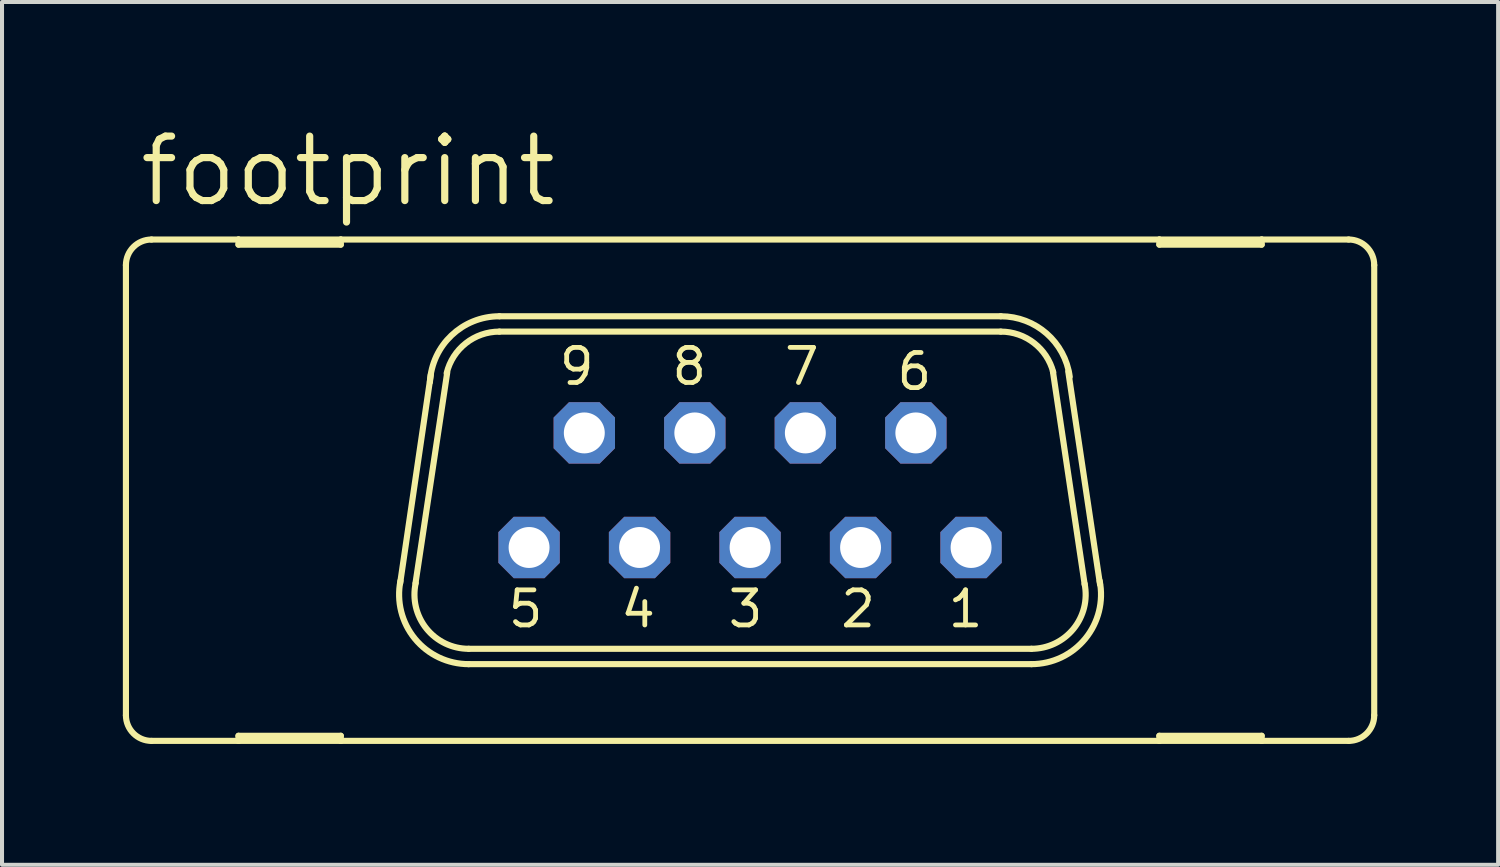
<source format=kicad_pcb>
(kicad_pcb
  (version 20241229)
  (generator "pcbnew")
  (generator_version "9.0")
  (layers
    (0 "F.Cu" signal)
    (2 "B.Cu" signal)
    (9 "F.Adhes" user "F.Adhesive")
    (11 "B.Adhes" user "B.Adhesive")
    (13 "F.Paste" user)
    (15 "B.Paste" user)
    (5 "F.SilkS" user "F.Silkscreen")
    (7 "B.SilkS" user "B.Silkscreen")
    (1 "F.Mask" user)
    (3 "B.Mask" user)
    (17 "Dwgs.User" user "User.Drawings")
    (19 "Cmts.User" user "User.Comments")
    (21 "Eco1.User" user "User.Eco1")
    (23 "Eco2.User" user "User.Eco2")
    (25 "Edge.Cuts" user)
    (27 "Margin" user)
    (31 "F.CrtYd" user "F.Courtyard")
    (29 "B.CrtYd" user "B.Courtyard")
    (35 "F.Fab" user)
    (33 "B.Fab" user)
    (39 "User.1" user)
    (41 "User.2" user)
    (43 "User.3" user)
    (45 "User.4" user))
  (footprint "footprint"
    (layer "F.Cu")
    (at 15.57 9.119)
    (property "Reference" "footprint" (at -15.24 -6.985 0) (layer "F.SilkS") (effects (font (size 1.6 1.6) (thickness 0.178)) (justify left bottom)))
    (fp_line (start -15.494 5.588) (end -15.494 -5.588) (stroke (width 0.152) (type solid)) (layer "F.SilkS"))
    (fp_line (start -14.859 6.223) (end -12.7 6.223) (stroke (width 0.152) (type solid)) (layer "F.SilkS"))
    (fp_line (start -12.7 -6.223) (end -14.859 -6.223) (stroke (width 0.152) (type solid)) (layer "F.SilkS"))
    (fp_line (start -12.7 -6.096) (end -12.7 -6.223) (stroke (width 0.152) (type solid)) (layer "F.SilkS"))
    (fp_line (start -12.7 6.096) (end -12.7 6.223) (stroke (width 0.152) (type solid)) (layer "F.SilkS"))
    (fp_line (start -12.7 6.223) (end -10.16 6.223) (stroke (width 0.152) (type solid)) (layer "F.SilkS"))
    (fp_line (start -10.16 -6.223) (end -12.7 -6.223) (stroke (width 0.152) (type solid)) (layer "F.SilkS"))
    (fp_line (start -10.16 -6.223) (end -10.16 -6.096) (stroke (width 0.152) (type solid)) (layer "F.SilkS"))
    (fp_line (start -10.16 -6.096) (end -12.7 -6.096) (stroke (width 0.152) (type solid)) (layer "F.SilkS"))
    (fp_line (start -10.16 6.096) (end -12.7 6.096) (stroke (width 0.152) (type solid)) (layer "F.SilkS"))
    (fp_line (start -10.16 6.223) (end -10.16 6.096) (stroke (width 0.152) (type solid)) (layer "F.SilkS"))
    (fp_line (start -10.16 6.223) (end 10.16 6.223) (stroke (width 0.152) (type solid)) (layer "F.SilkS"))
    (fp_line (start -8.687 2.311) (end -7.925 -2.87) (stroke (width 0.152) (type solid)) (layer "F.SilkS"))
    (fp_line (start -8.306 2.311) (end -7.518 -2.921) (stroke (width 0.152) (type solid)) (layer "F.SilkS"))
    (fp_line (start 6.223 -4.318) (end -6.223 -4.318) (stroke (width 0.152) (type solid)) (layer "F.SilkS"))
    (fp_line (start 6.223 -3.937) (end -6.223 -3.937) (stroke (width 0.152) (type solid)) (layer "F.SilkS"))
    (fp_line (start 6.985 3.937) (end -6.985 3.937) (stroke (width 0.152) (type solid)) (layer "F.SilkS"))
    (fp_line (start 6.985 4.318) (end -6.985 4.318) (stroke (width 0.152) (type solid)) (layer "F.SilkS"))
    (fp_line (start 7.518 -2.946) (end 8.306 2.337) (stroke (width 0.152) (type solid)) (layer "F.SilkS"))
    (fp_line (start 7.899 -2.946) (end 8.687 2.337) (stroke (width 0.152) (type solid)) (layer "F.SilkS"))
    (fp_line (start 10.16 -6.223) (end -10.16 -6.223) (stroke (width 0.152) (type solid)) (layer "F.SilkS"))
    (fp_line (start 10.16 -6.096) (end 10.16 -6.223) (stroke (width 0.152) (type solid)) (layer "F.SilkS"))
    (fp_line (start 10.16 6.096) (end 10.16 6.223) (stroke (width 0.152) (type solid)) (layer "F.SilkS"))
    (fp_line (start 10.16 6.223) (end 12.7 6.223) (stroke (width 0.152) (type solid)) (layer "F.SilkS"))
    (fp_line (start 12.7 -6.223) (end 10.16 -6.223) (stroke (width 0.152) (type solid)) (layer "F.SilkS"))
    (fp_line (start 12.7 -6.223) (end 12.7 -6.096) (stroke (width 0.152) (type solid)) (layer "F.SilkS"))
    (fp_line (start 12.7 -6.096) (end 10.16 -6.096) (stroke (width 0.152) (type solid)) (layer "F.SilkS"))
    (fp_line (start 12.7 6.096) (end 10.16 6.096) (stroke (width 0.152) (type solid)) (layer "F.SilkS"))
    (fp_line (start 12.7 6.223) (end 12.7 6.096) (stroke (width 0.152) (type solid)) (layer "F.SilkS"))
    (fp_line (start 12.7 6.223) (end 14.859 6.223) (stroke (width 0.152) (type solid)) (layer "F.SilkS"))
    (fp_line (start 14.859 -6.223) (end 12.7 -6.223) (stroke (width 0.152) (type solid)) (layer "F.SilkS"))
    (fp_line (start 15.494 5.588) (end 15.494 -5.588) (stroke (width 0.152) (type solid)) (layer "F.SilkS"))
    (fp_arc (start -15.494 -5.588) (mid -15.308013 -6.037013) (end -14.859 -6.223) (stroke (width 0.1524) (type solid)) (layer "F.SilkS"))
    (fp_arc (start -14.859 6.223) (mid -15.308013 6.037013) (end -15.494 5.588) (stroke (width 0.1524) (type solid)) (layer "F.SilkS"))
    (fp_arc (start -7.9473 -2.6849) (mid -7.410366 -3.844828) (end -6.223 -4.318) (stroke (width 0.1524) (type solid)) (layer "F.SilkS"))
    (fp_arc (start -7.5317 -2.905) (mid -7.056255 -3.647874) (end -6.222999 -3.936999) (stroke (width 0.1524) (type solid)) (layer "F.SilkS"))
    (fp_arc (start -6.984998 3.937) (mid -8.033555 3.435185) (end -8.3005 2.3038) (stroke (width 0.1524) (type solid)) (layer "F.SilkS"))
    (fp_arc (start -6.984998 4.318) (mid -8.320811 3.685868) (end -8.679 2.2521) (stroke (width 0.1524) (type solid)) (layer "F.SilkS"))
    (fp_arc (start 6.223 -4.318) (mid 7.360711 -3.890311) (end 7.934999 -2.819099) (stroke (width 0.1524) (type solid)) (layer "F.SilkS"))
    (fp_arc (start 6.223 -3.937) (mid 7.0465 -3.655745) (end 7.5259 -2.9295) (stroke (width 0.1524) (type solid)) (layer "F.SilkS"))
    (fp_arc (start 8.3051 2.3268) (mid 8.026082 3.444284) (end 6.985 3.937) (stroke (width 0.1524) (type solid)) (layer "F.SilkS"))
    (fp_arc (start 8.678699 2.252098) (mid 8.320717 3.68584) (end 6.985 4.318) (stroke (width 0.1524) (type solid)) (layer "F.SilkS"))
    (fp_arc (start 14.859 -6.223) (mid 15.308013 -6.037013) (end 15.494 -5.588) (stroke (width 0.1524) (type solid)) (layer "F.SilkS"))
    (fp_arc (start 15.494 5.588) (mid 15.308013 6.037013) (end 14.859 6.223) (stroke (width 0.1524) (type solid)) (layer "F.SilkS"))
    (fp_circle (center -5.486 1.422) (end -5.232 1.422) (stroke (width 0.406) (type solid)) (fill no) (layer "F.Fab"))
    (fp_circle (center -4.115 -1.422) (end -3.861 -1.422) (stroke (width 0.406) (type solid)) (fill no) (layer "F.Fab"))
    (fp_circle (center -2.743 1.422) (end -2.489 1.422) (stroke (width 0.406) (type solid)) (fill no) (layer "F.Fab"))
    (fp_circle (center -1.372 -1.422) (end -1.118 -1.422) (stroke (width 0.406) (type solid)) (fill no) (layer "F.Fab"))
    (fp_circle (center 0 1.422) (end 0.254 1.422) (stroke (width 0.406) (type solid)) (fill no) (layer "F.Fab"))
    (fp_circle (center 1.372 -1.422) (end 1.626 -1.422) (stroke (width 0.406) (type solid)) (fill no) (layer "F.Fab"))
    (fp_circle (center 2.743 1.422) (end 2.997 1.422) (stroke (width 0.406) (type solid)) (fill no) (layer "F.Fab"))
    (fp_circle (center 4.115 -1.422) (end 4.369 -1.422) (stroke (width 0.406) (type solid)) (fill no) (layer "F.Fab"))
    (fp_circle (center 5.486 1.422) (end 5.74 1.422) (stroke (width 0.406) (type solid)) (fill no) (layer "F.Fab"))
    (fp_text user "2" (at 3.175 2.438 0) (layer "F.SilkS") (effects (font (size 0.872 0.872) (thickness 0.119)) (justify right top)))
    (fp_text user "9" (at -3.81 -3.581 0) (layer "F.SilkS") (effects (font (size 0.872 0.872) (thickness 0.119)) (justify right top)))
    (fp_text user "1" (at 5.842 2.438 0) (layer "F.SilkS") (effects (font (size 0.872 0.872) (thickness 0.119)) (justify right top)))
    (fp_text user "8" (at -1.016 -3.581 0) (layer "F.SilkS") (effects (font (size 0.872 0.872) (thickness 0.119)) (justify right top)))
    (fp_text user "4" (at -2.286 2.438 0) (layer "F.SilkS") (effects (font (size 0.872 0.872) (thickness 0.119)) (justify right top)))
    (fp_text user "3" (at 0.381 2.438 0) (layer "F.SilkS") (effects (font (size 0.872 0.872) (thickness 0.119)) (justify right top)))
    (fp_text user "5" (at -5.08 2.438 0) (layer "F.SilkS") (effects (font (size 0.872 0.872) (thickness 0.119)) (justify right top)))
    (fp_text user "7" (at 1.778 -3.581 0) (layer "F.SilkS") (effects (font (size 0.872 0.872) (thickness 0.119)) (justify right top)))
    (fp_text user "6" (at 4.572 -3.454 0) (layer "F.SilkS") (effects (font (size 0.872 0.872) (thickness 0.119)) (justify right top)))
    (pad "1" thru_hole roundrect (at 5.486 1.422) (size 1.524 1.524) (drill 1.016) (layers "*.Cu" "*.Mask") (roundrect_rratio 0.25) (chamfer_ratio 0.25) (chamfer top_left top_right bottom_left bottom_right))
    (pad "2" thru_hole roundrect (at 2.743 1.422) (size 1.524 1.524) (drill 1.016) (layers "*.Cu" "*.Mask") (roundrect_rratio 0.25) (chamfer_ratio 0.25) (chamfer top_left top_right bottom_left bottom_right))
    (pad "3" thru_hole roundrect (at 0 1.422) (size 1.524 1.524) (drill 1.016) (layers "*.Cu" "*.Mask") (roundrect_rratio 0.25) (chamfer_ratio 0.25) (chamfer top_left top_right bottom_left bottom_right))
    (pad "4" thru_hole roundrect (at -2.743 1.422) (size 1.524 1.524) (drill 1.016) (layers "*.Cu" "*.Mask") (roundrect_rratio 0.25) (chamfer_ratio 0.25) (chamfer top_left top_right bottom_left bottom_right))
    (pad "5" thru_hole roundrect (at -5.486 1.422) (size 1.524 1.524) (drill 1.016) (layers "*.Cu" "*.Mask") (roundrect_rratio 0.25) (chamfer_ratio 0.25) (chamfer top_left top_right bottom_left bottom_right))
    (pad "6" thru_hole roundrect (at 4.115 -1.422) (size 1.524 1.524) (drill 1.016) (layers "*.Cu" "*.Mask") (roundrect_rratio 0.25) (chamfer_ratio 0.25) (chamfer top_left top_right bottom_left bottom_right))
    (pad "7" thru_hole roundrect (at 1.372 -1.422) (size 1.524 1.524) (drill 1.016) (layers "*.Cu" "*.Mask") (roundrect_rratio 0.25) (chamfer_ratio 0.25) (chamfer top_left top_right bottom_left bottom_right))
    (pad "8" thru_hole roundrect (at -1.372 -1.422) (size 1.524 1.524) (drill 1.016) (layers "*.Cu" "*.Mask") (roundrect_rratio 0.25) (chamfer_ratio 0.25) (chamfer top_left top_right bottom_left bottom_right))
    (pad "9" thru_hole roundrect (at -4.115 -1.422) (size 1.524 1.524) (drill 1.016) (layers "*.Cu" "*.Mask") (roundrect_rratio 0.25) (chamfer_ratio 0.25) (chamfer top_left top_right bottom_left bottom_right)))
  (gr_rect
    (start -3 -3)
    (end 34.14 18.418)
    (stroke (width 0.1) (type default))
    (fill no)
    (layer "Edge.Cuts")))
</source>
